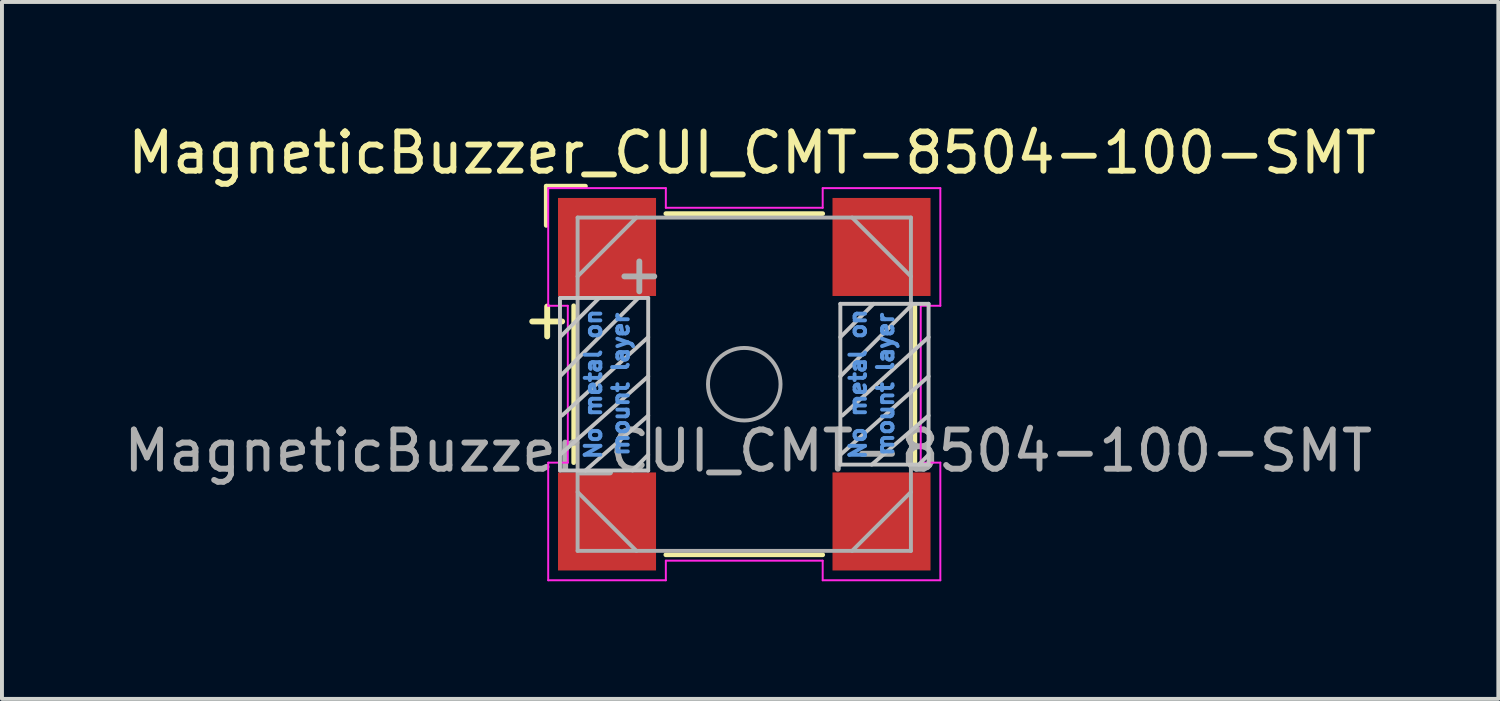
<source format=kicad_pcb>
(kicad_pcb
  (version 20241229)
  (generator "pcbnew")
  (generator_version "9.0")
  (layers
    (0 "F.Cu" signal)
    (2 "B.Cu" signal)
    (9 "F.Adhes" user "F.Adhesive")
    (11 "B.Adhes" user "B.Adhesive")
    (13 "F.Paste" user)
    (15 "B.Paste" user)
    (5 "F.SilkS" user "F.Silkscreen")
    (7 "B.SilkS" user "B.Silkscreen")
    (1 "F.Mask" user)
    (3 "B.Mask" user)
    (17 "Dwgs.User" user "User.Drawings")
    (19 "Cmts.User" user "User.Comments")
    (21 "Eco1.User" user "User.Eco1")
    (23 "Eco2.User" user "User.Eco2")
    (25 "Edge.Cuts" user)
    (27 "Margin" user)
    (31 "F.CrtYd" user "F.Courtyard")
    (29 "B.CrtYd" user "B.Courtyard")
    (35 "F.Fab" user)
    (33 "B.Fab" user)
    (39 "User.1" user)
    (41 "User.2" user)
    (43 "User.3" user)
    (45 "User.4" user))
  (footprint "MagneticBuzzer_CUI_CMT-8504-100-SMT"
    (layer "F.Cu")
    (at 15.93 6.748)
    (property "Reference" "MagneticBuzzer_CUI_CMT-8504-100-SMT" (at 0.2 -5.9 0) (layer "F.SilkS") (effects (font (size 1 1) (thickness 0.15))))
    (attr smd)
    (fp_line (start -5.05 -5.05) (end -4.05 -5.05) (stroke (width 0.12) (type solid)) (layer "F.SilkS"))
    (fp_line (start -5.05 -4.05) (end -5.05 -5.05) (stroke (width 0.12) (type solid)) (layer "F.SilkS"))
    (fp_line (start -4.35 -2) (end -4.35 2) (stroke (width 0.12) (type solid)) (layer "F.SilkS"))
    (fp_line (start -2 4.35) (end 2 4.35) (stroke (width 0.12) (type solid)) (layer "F.SilkS"))
    (fp_line (start 2 -4.35) (end -2 -4.35) (stroke (width 0.12) (type solid)) (layer "F.SilkS"))
    (fp_line (start 4.35 2) (end 4.35 -2) (stroke (width 0.12) (type solid)) (layer "F.SilkS"))
    (fp_line (start -4.7 -2.2) (end -2.45 -2.2) (stroke (width 0.1) (type solid)) (layer "Dwgs.User"))
    (fp_line (start -4.7 1.8) (end -2.45 -0.2) (stroke (width 0.1) (type solid)) (layer "Dwgs.User"))
    (fp_line (start -4.7 2.2) (end -4.7 -2.2) (stroke (width 0.1) (type solid)) (layer "Dwgs.User"))
    (fp_line (start -4.65 0.8) (end -2.45 -1.2) (stroke (width 0.1) (type solid)) (layer "Dwgs.User"))
    (fp_line (start -3.7 -2.2) (end -4.7 -1.2) (stroke (width 0.1) (type solid)) (layer "Dwgs.User"))
    (fp_line (start -2.7 -2.2) (end -4.7 -0.2) (stroke (width 0.1) (type solid)) (layer "Dwgs.User"))
    (fp_line (start -2.45 -2.2) (end -2.45 2.2) (stroke (width 0.1) (type solid)) (layer "Dwgs.User"))
    (fp_line (start -2.45 0.8) (end -4.05 2.2) (stroke (width 0.1) (type solid)) (layer "Dwgs.User"))
    (fp_line (start -2.45 1.8) (end -2.85 2.2) (stroke (width 0.1) (type solid)) (layer "Dwgs.User"))
    (fp_line (start -2.45 2.2) (end -4.7 2.2) (stroke (width 0.1) (type solid)) (layer "Dwgs.User"))
    (fp_line (start 2.45 -2.05) (end 4.7 -2.05) (stroke (width 0.1) (type solid)) (layer "Dwgs.User"))
    (fp_line (start 2.45 1.8) (end 4.7 -0.2) (stroke (width 0.1) (type solid)) (layer "Dwgs.User"))
    (fp_line (start 2.45 2.05) (end 2.45 -2.05) (stroke (width 0.1) (type solid)) (layer "Dwgs.User"))
    (fp_line (start 2.45 2.05) (end 4.7 2.05) (stroke (width 0.1) (type solid)) (layer "Dwgs.User"))
    (fp_line (start 2.5 0.8) (end 4.7 -1.2) (stroke (width 0.1) (type solid)) (layer "Dwgs.User"))
    (fp_line (start 3.3 -2.05) (end 2.45 -1.2) (stroke (width 0.1) (type solid)) (layer "Dwgs.User"))
    (fp_line (start 4.3 -2.05) (end 2.45 -0.2) (stroke (width 0.1) (type solid)) (layer "Dwgs.User"))
    (fp_line (start 4.7 -2.05) (end 4.7 2.05) (stroke (width 0.1) (type solid)) (layer "Dwgs.User"))
    (fp_line (start 4.7 0.8) (end 3.25 2.05) (stroke (width 0.1) (type solid)) (layer "Dwgs.User"))
    (fp_line (start 4.7 1.8) (end 4.45 2.05) (stroke (width 0.1) (type solid)) (layer "Dwgs.User"))
    (fp_line (start -5 -5) (end -2 -5) (stroke (width 0.05) (type solid)) (layer "F.CrtYd"))
    (fp_line (start -5 -2) (end -5 -5) (stroke (width 0.05) (type solid)) (layer "F.CrtYd"))
    (fp_line (start -5 -2) (end -4.5 -2) (stroke (width 0.05) (type solid)) (layer "F.CrtYd"))
    (fp_line (start -5 2) (end -5 5) (stroke (width 0.05) (type solid)) (layer "F.CrtYd"))
    (fp_line (start -4.5 -2) (end -4.5 2) (stroke (width 0.05) (type solid)) (layer "F.CrtYd"))
    (fp_line (start -4.5 2) (end -5 2) (stroke (width 0.05) (type solid)) (layer "F.CrtYd"))
    (fp_line (start -2 -5) (end -2 -4.5) (stroke (width 0.05) (type solid)) (layer "F.CrtYd"))
    (fp_line (start -2 -4.5) (end 2 -4.5) (stroke (width 0.05) (type solid)) (layer "F.CrtYd"))
    (fp_line (start -2 4.5) (end -2 5) (stroke (width 0.05) (type solid)) (layer "F.CrtYd"))
    (fp_line (start -2 5) (end -5 5) (stroke (width 0.05) (type solid)) (layer "F.CrtYd"))
    (fp_line (start 2 -5) (end 5 -5) (stroke (width 0.05) (type solid)) (layer "F.CrtYd"))
    (fp_line (start 2 -4.5) (end 2 -5) (stroke (width 0.05) (type solid)) (layer "F.CrtYd"))
    (fp_line (start 2 4.5) (end -2 4.5) (stroke (width 0.05) (type solid)) (layer "F.CrtYd"))
    (fp_line (start 2 5) (end 2 4.5) (stroke (width 0.05) (type solid)) (layer "F.CrtYd"))
    (fp_line (start 4.5 -2) (end 4.5 2) (stroke (width 0.05) (type solid)) (layer "F.CrtYd"))
    (fp_line (start 4.5 2) (end 5 2) (stroke (width 0.05) (type solid)) (layer "F.CrtYd"))
    (fp_line (start 5 -2) (end 4.5 -2) (stroke (width 0.05) (type solid)) (layer "F.CrtYd"))
    (fp_line (start 5 -2) (end 5 -5) (stroke (width 0.05) (type solid)) (layer "F.CrtYd"))
    (fp_line (start 5 2) (end 5 5) (stroke (width 0.05) (type solid)) (layer "F.CrtYd"))
    (fp_line (start 5 5) (end 2 5) (stroke (width 0.05) (type solid)) (layer "F.CrtYd"))
    (fp_line (start -4.25 -4.25) (end 4.25 -4.25) (stroke (width 0.1) (type solid)) (layer "F.Fab"))
    (fp_line (start -4.25 -2.75) (end -2.75 -4.25) (stroke (width 0.1) (type solid)) (layer "F.Fab"))
    (fp_line (start -4.25 4.25) (end -4.25 -4.25) (stroke (width 0.1) (type solid)) (layer "F.Fab"))
    (fp_line (start -2.75 4.25) (end -4.25 2.75) (stroke (width 0.1) (type solid)) (layer "F.Fab"))
    (fp_line (start 2.75 -4.25) (end 4.25 -2.75) (stroke (width 0.1) (type solid)) (layer "F.Fab"))
    (fp_line (start 4.25 -4.25) (end 4.25 4.25) (stroke (width 0.1) (type solid)) (layer "F.Fab"))
    (fp_line (start 4.25 2.75) (end 2.75 4.25) (stroke (width 0.1) (type solid)) (layer "F.Fab"))
    (fp_line (start 4.25 4.25) (end -4.25 4.25) (stroke (width 0.1) (type solid)) (layer "F.Fab"))
    (fp_circle (center 0 0) (end 0.925 0) (stroke (width 0.1) (type solid)) (fill no) (layer "F.Fab"))
    (fp_text user "+" (at -5.1 -1.6 270) (layer "F.SilkS") (effects (font (size 1 1) (thickness 0.15))))
    (fp_text user "mount layer" (at -3.15 0 90) (layer "Cmts.User") (effects (font (size 0.4 0.4) (thickness 0.1))))
    (fp_text user "No metal on" (at 2.9 0 90) (layer "Cmts.User") (effects (font (size 0.4 0.4) (thickness 0.1))))
    (fp_text user "mount layer" (at 3.6 0 90) (layer "Cmts.User") (effects (font (size 0.4 0.4) (thickness 0.1))))
    (fp_text user "No metal on" (at -3.85 0 90) (layer "Cmts.User") (effects (font (size 0.4 0.4) (thickness 0.1))))
    (fp_text user "+" (at -2.75 -2.75 270) (layer "F.Fab") (effects (font (size 1 1) (thickness 0.15))))
    (fp_text user "${REFERENCE}" (at 0.1 1.7 0) (layer "F.Fab") (effects (font (size 1 1) (thickness 0.15))))
    (pad "1" smd rect (at -3.5 -3.5 270) (size 2.5 2.5) (layers "F.Cu" "F.Mask" "F.Paste"))
    (pad "2" smd rect (at -3.5 3.5 270) (size 2.5 2.5) (layers "F.Cu" "F.Mask" "F.Paste"))
    (pad "3" smd rect (at 3.5 3.5 270) (size 2.5 2.5) (layers "F.Cu" "F.Mask" "F.Paste"))
    (pad "4" smd rect (at 3.5 -3.5 270) (size 2.5 2.5) (layers "F.Cu" "F.Mask" "F.Paste")))
  (gr_rect
    (start -3 -3)
    (end 35.16 14.773)
    (stroke (width 0.1) (type default))
    (fill no)
    (layer "Edge.Cuts")))
</source>
